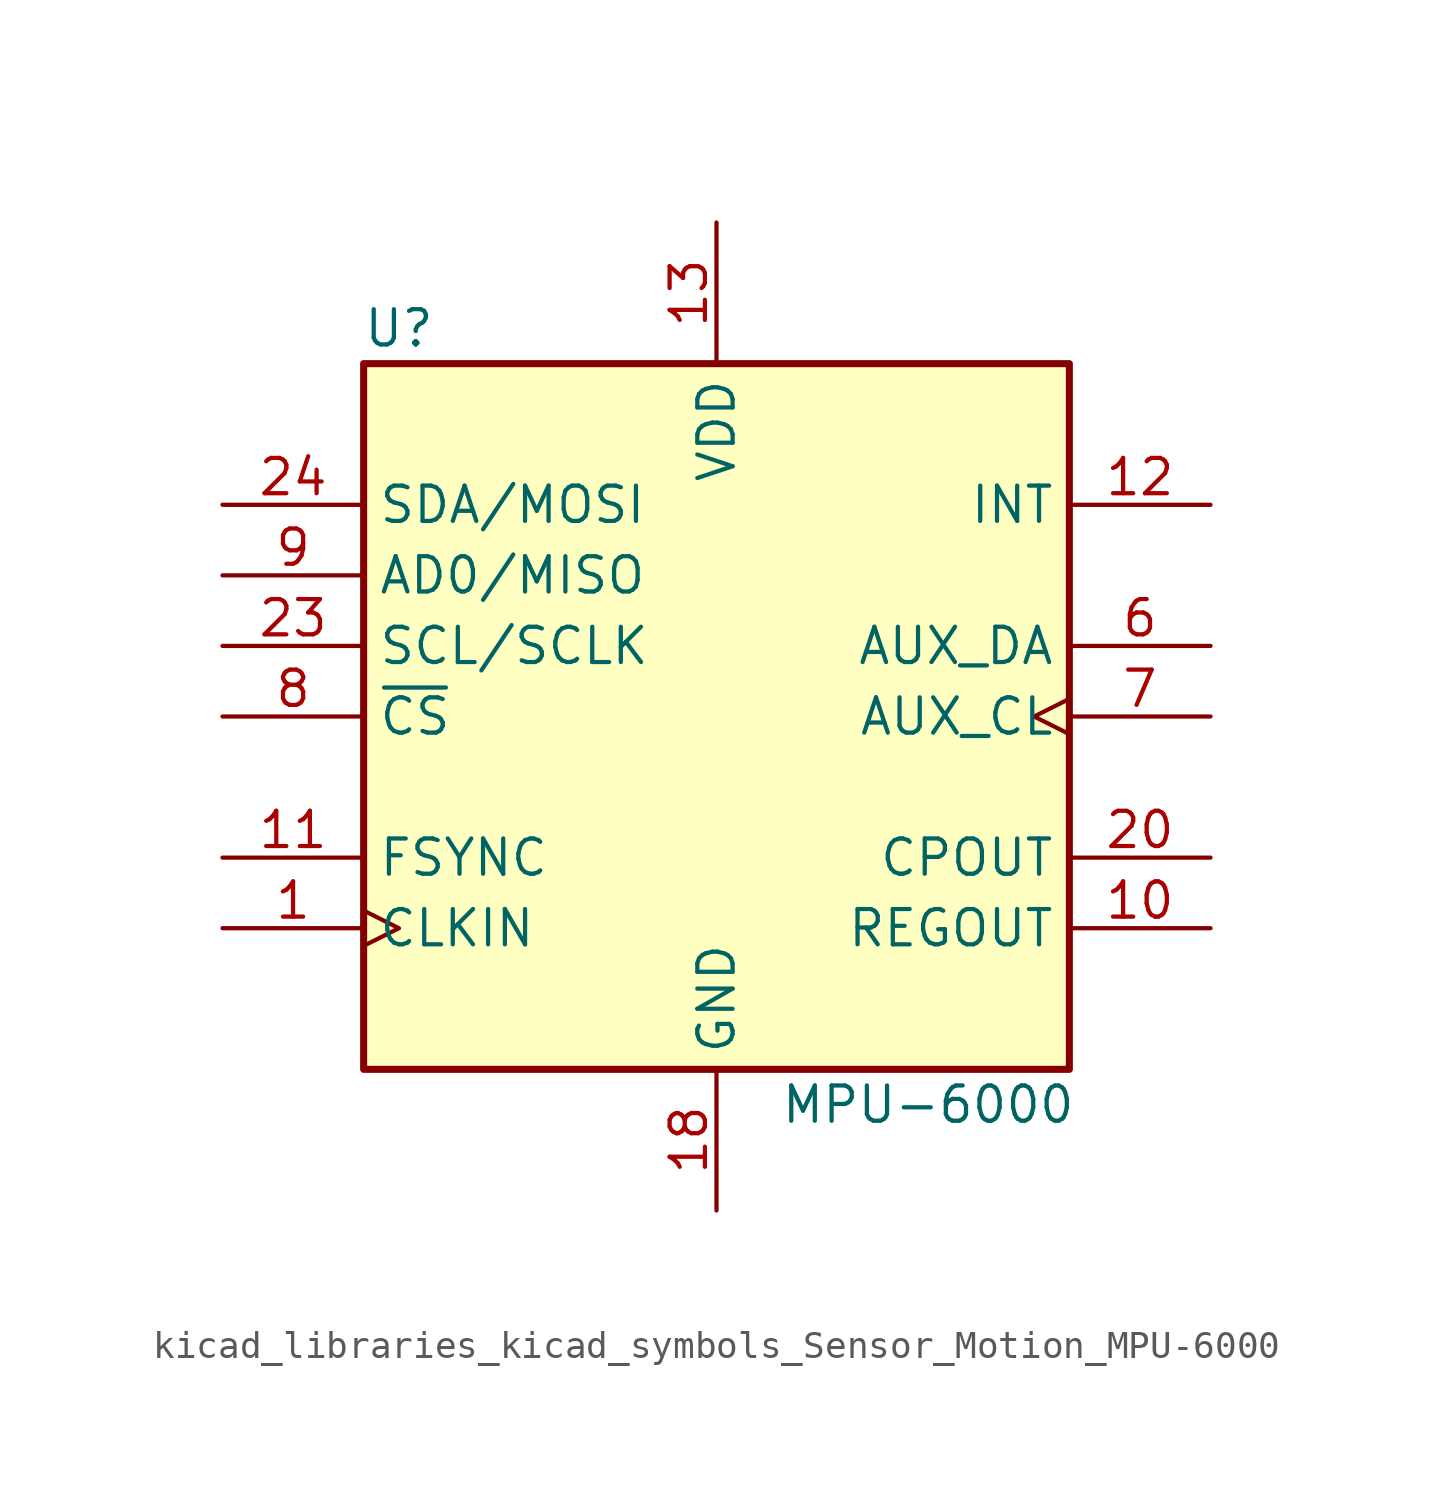
<source format=kicad_sym>
(kicad_symbol_lib
  (version 20220914)
  (generator kicad_symbol_editor)
  (symbol "kicad_libraries_kicad_symbols_Sensor_Motion_MPU-6000"
    (property "Reference" "U"
      (at -11.43 13.97 0)
      (effects (font (size 1.27 1.27))))
    (property "Value" "MPU-6000"
      (at 7.62 -13.97 0)
      (effects (font (size 1.27 1.27))))
    (symbol "kicad_libraries_kicad_symbols_Sensor_Motion_MPU-6000_0_1"
      (rectangle (start -12.7 12.7) (end 12.7 -12.7) (stroke (width 0.254) (type default)) (fill (type background))))
    (symbol "kicad_libraries_kicad_symbols_Sensor_Motion_MPU-6000_1_1"
      (pin input clock (at -17.78 -7.62 0) (length 5.08) (name "CLKIN" (effects (font (size 1.27 1.27)))) (number "1" (effects (font (size 1.27 1.27)))))
      (pin passive line (at 17.78 -7.62 180) (length 5.08) (name "REGOUT" (effects (font (size 1.27 1.27)))) (number "10" (effects (font (size 1.27 1.27)))))
      (pin input line (at -17.78 -5.08 0) (length 5.08) (name "FSYNC" (effects (font (size 1.27 1.27)))) (number "11" (effects (font (size 1.27 1.27)))))
      (pin output line (at 17.78 7.62 180) (length 5.08) (name "INT" (effects (font (size 1.27 1.27)))) (number "12" (effects (font (size 1.27 1.27)))))
      (pin power_in line (at 0 17.78 270) (length 5.08) (name "VDD" (effects (font (size 1.27 1.27)))) (number "13" (effects (font (size 1.27 1.27)))))
      (pin power_in line (at 0 -17.78 90) (length 5.08) (name "GND" (effects (font (size 1.27 1.27)))) (number "18" (effects (font (size 1.27 1.27)))))
      (pin passive line (at 17.78 -5.08 180) (length 5.08) (name "CPOUT" (effects (font (size 1.27 1.27)))) (number "20" (effects (font (size 1.27 1.27)))))
      (pin input line (at -17.78 2.54 0) (length 5.08) (name "SCL/SCLK" (effects (font (size 1.27 1.27)))) (number "23" (effects (font (size 1.27 1.27)))))
      (pin bidirectional line (at -17.78 7.62 0) (length 5.08) (name "SDA/MOSI" (effects (font (size 1.27 1.27)))) (number "24" (effects (font (size 1.27 1.27)))))
      (pin bidirectional line (at 17.78 2.54 180) (length 5.08) (name "AUX_DA" (effects (font (size 1.27 1.27)))) (number "6" (effects (font (size 1.27 1.27)))))
      (pin output clock (at 17.78 0 180) (length 5.08) (name "AUX_CL" (effects (font (size 1.27 1.27)))) (number "7" (effects (font (size 1.27 1.27)))))
      (pin input line (at -17.78 0 0) (length 5.08) (name "~{CS}" (effects (font (size 1.27 1.27)))) (number "8" (effects (font (size 1.27 1.27)))))
      (pin bidirectional line (at -17.78 5.08 0) (length 5.08) (name "AD0/MISO" (effects (font (size 1.27 1.27)))) (number "9" (effects (font (size 1.27 1.27))))))))
</source>
